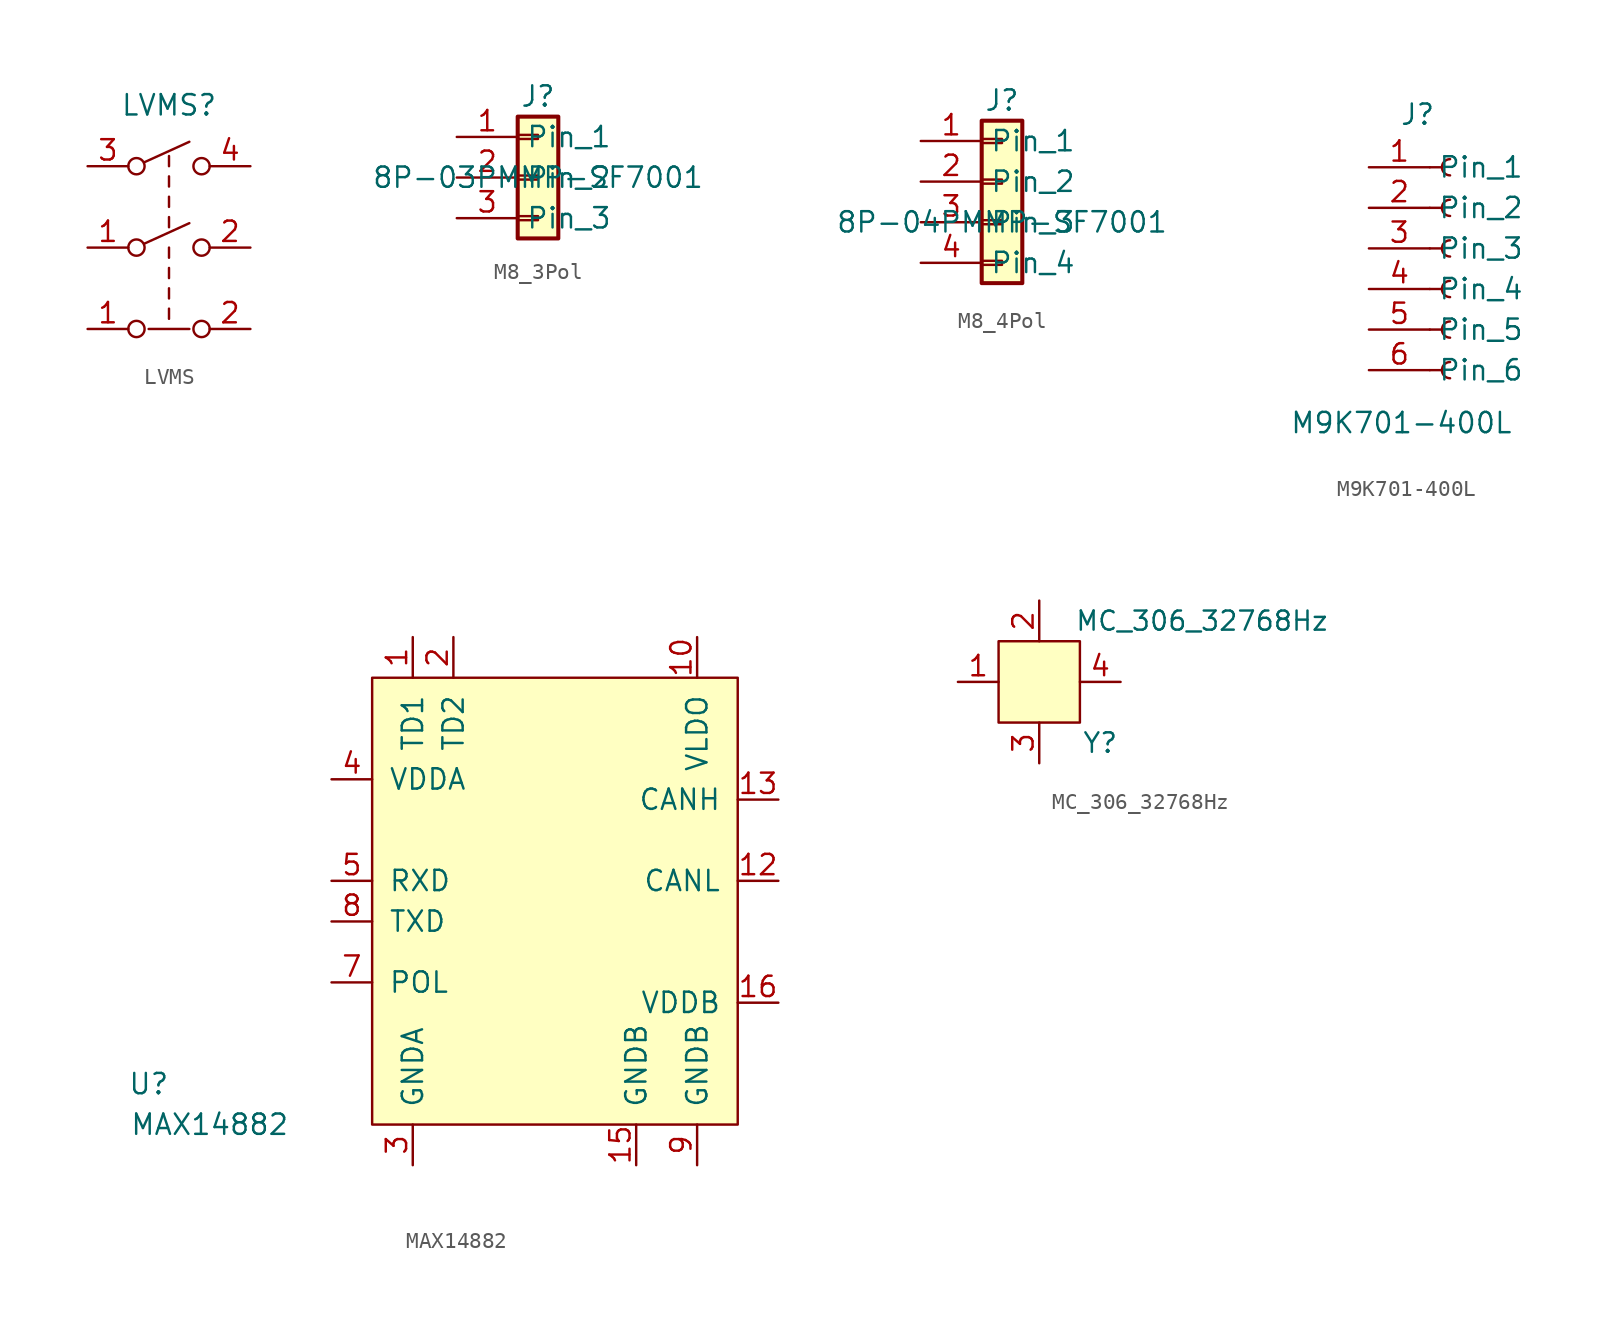
<source format=kicad_sym>
(kicad_symbol_lib
  (version 20231120)
  (generator "kicad_symbol_editor")
  (generator_version "8.0")
  (symbol "LVMS"
    (pin_names
      (offset 0) hide)
    (property "Reference" "LVMS"
      (at 0 6.35 0)
      (effects (font (size 1.27 1.27))))
    (symbol "LVMS_0_0"
      (circle (center -2.032 -7.62) (radius 0.508) (stroke (width 0) (type default)) (fill (type none)))
      (circle (center -2.032 -2.54) (radius 0.508) (stroke (width 0) (type default)) (fill (type none)))
      (circle (center -2.032 2.54) (radius 0.508) (stroke (width 0) (type default)) (fill (type none)))
      (polyline (pts (xy -1.524 -2.286) (xy 1.27 -1.016)) (stroke (width 0) (type default)) (fill (type none)))
      (polyline (pts (xy -1.524 2.794) (xy 1.27 4.064)) (stroke (width 0) (type default)) (fill (type none)))
      (polyline (pts (xy -1.27 -7.62) (xy 1.27 -7.62)) (stroke (width 0) (type default)) (fill (type none)))
      (polyline (pts (xy 0 -6.985) (xy 0 -6.35)) (stroke (width 0) (type default)) (fill (type none)))
      (polyline (pts (xy 0 -5.715) (xy 0 -5.08)) (stroke (width 0) (type default)) (fill (type none)))
      (polyline (pts (xy 0 -4.445) (xy 0 -3.81)) (stroke (width 0) (type default)) (fill (type none)))
      (polyline (pts (xy 0 -3.175) (xy 0 -2.54)) (stroke (width 0) (type default)) (fill (type none)))
      (polyline (pts (xy 0 -1.27) (xy 0 -0.635)) (stroke (width 0) (type default)) (fill (type none)))
      (polyline (pts (xy 0 0) (xy 0 0.635)) (stroke (width 0) (type default)) (fill (type none)))
      (polyline (pts (xy 0 1.27) (xy 0 1.905)) (stroke (width 0) (type default)) (fill (type none)))
      (polyline (pts (xy 0 2.54) (xy 0 3.175)) (stroke (width 0) (type default)) (fill (type none)))
      (circle (center 2.032 -7.62) (radius 0.508) (stroke (width 0) (type default)) (fill (type none)))
      (circle (center 2.032 -2.54) (radius 0.508) (stroke (width 0) (type default)) (fill (type none)))
      (circle (center 2.032 2.54) (radius 0.508) (stroke (width 0) (type default)) (fill (type none))))
    (symbol "LVMS_1_1"
      (pin passive line (at -5.08 -7.62 0) (length 2.54) (name "1" (effects (font (size 1.27 1.27)))) (number "1" (effects (font (size 1.27 1.27)))))
      (pin passive line (at -5.08 -2.54 0) (length 2.54) (name "1" (effects (font (size 1.27 1.27)))) (number "1" (effects (font (size 1.27 1.27)))))
      (pin passive line (at 5.08 -7.62 180) (length 2.54) (name "2" (effects (font (size 1.27 1.27)))) (number "2" (effects (font (size 1.27 1.27)))))
      (pin passive line (at 5.08 -2.54 180) (length 2.54) (name "2" (effects (font (size 1.27 1.27)))) (number "2" (effects (font (size 1.27 1.27)))))
      (pin passive line (at -5.08 2.54 0) (length 2.54) (name "3" (effects (font (size 1.27 1.27)))) (number "3" (effects (font (size 1.27 1.27)))))
      (pin passive line (at 5.08 2.54 180) (length 2.54) (name "4" (effects (font (size 1.27 1.27)))) (number "4" (effects (font (size 1.27 1.27)))))))
  (symbol "M8_3Pol"
    (property "Reference" "J"
      (at 0 5.08 0)
      (effects (font (size 1.27 1.27))))
    (property "Value" "8P-03PMMP-SF7001"
      (at 0 0 0)
      (effects (font (size 1.27 1.27))))
    (symbol "M8_3Pol_1_1"
      (rectangle (start -1.27 -2.413) (end 0 -2.667) (stroke (width 0.152) (type default)) (fill (type none)))
      (rectangle (start -1.27 0.127) (end 0 -0.127) (stroke (width 0.152) (type default)) (fill (type none)))
      (rectangle (start -1.27 2.667) (end 0 2.413) (stroke (width 0.152) (type default)) (fill (type none)))
      (rectangle (start -1.27 3.81) (end 1.27 -3.81) (stroke (width 0.254) (type default)) (fill (type background)))
      (pin passive line (at -5.08 2.54 0) (length 3.81) (name "Pin_1" (effects (font (size 1.27 1.27)))) (number "1" (effects (font (size 1.27 1.27)))))
      (pin passive line (at -5.08 0 0) (length 3.81) (name "Pin_2" (effects (font (size 1.27 1.27)))) (number "2" (effects (font (size 1.27 1.27)))))
      (pin passive line (at -5.08 -2.54 0) (length 3.81) (name "Pin_3" (effects (font (size 1.27 1.27)))) (number "3" (effects (font (size 1.27 1.27)))))))
  (symbol "M8_4Pol"
    (property "Reference" "J"
      (at 0 7.62 0)
      (effects (font (size 1.27 1.27))))
    (property "Value" "8P-04PMMP-SF7001"
      (at 0 0 0)
      (effects (font (size 1.27 1.27))))
    (symbol "M8_4Pol_1_1"
      (rectangle (start -1.27 -2.413) (end 0 -2.667) (stroke (width 0.152) (type default)) (fill (type none)))
      (rectangle (start -1.27 0.127) (end 0 -0.127) (stroke (width 0.152) (type default)) (fill (type none)))
      (rectangle (start -1.27 2.667) (end 0 2.413) (stroke (width 0.152) (type default)) (fill (type none)))
      (rectangle (start -1.27 5.207) (end 0 4.953) (stroke (width 0.152) (type default)) (fill (type none)))
      (rectangle (start -1.27 6.35) (end 1.27 -3.81) (stroke (width 0.254) (type default)) (fill (type background)))
      (pin passive line (at -5.08 5.08 0) (length 3.81) (name "Pin_1" (effects (font (size 1.27 1.27)))) (number "1" (effects (font (size 1.27 1.27)))))
      (pin passive line (at -5.08 2.54 0) (length 3.81) (name "Pin_2" (effects (font (size 1.27 1.27)))) (number "2" (effects (font (size 1.27 1.27)))))
      (pin passive line (at -5.08 0 0) (length 3.81) (name "Pin_3" (effects (font (size 1.27 1.27)))) (number "3" (effects (font (size 1.27 1.27)))))
      (pin passive line (at -5.08 -2.54 0) (length 3.81) (name "Pin_4" (effects (font (size 1.27 1.27)))) (number "4" (effects (font (size 1.27 1.27)))))))
  (symbol "M9K701-400L"
    (property "Reference" "J"
      (at 0 10.922 0)
      (effects (font (size 1.27 1.27))))
    (property "Value" "M9K701-400L"
      (at -1.016 -8.382 0)
      (effects (font (size 1.27 1.27))))
    (symbol "M9K701-400L_1_1"
      (polyline (pts (xy 0.762 -5.08) (xy 1.524 -5.08)) (stroke (width 0.152) (type default)) (fill (type none)))
      (polyline (pts (xy 0.762 -2.54) (xy 1.524 -2.54)) (stroke (width 0.152) (type default)) (fill (type none)))
      (polyline (pts (xy 0.762 0) (xy 1.524 0)) (stroke (width 0.152) (type default)) (fill (type none)))
      (polyline (pts (xy 0.762 2.54) (xy 1.524 2.54)) (stroke (width 0.152) (type default)) (fill (type none)))
      (polyline (pts (xy 0.762 5.08) (xy 1.524 5.08)) (stroke (width 0.152) (type default)) (fill (type none)))
      (polyline (pts (xy 0.762 7.62) (xy 1.524 7.62)) (stroke (width 0.152) (type default)) (fill (type none)))
      (arc (start 2.032 -4.572) (mid 1.5262 -5.08) (end 2.032 -5.588) (stroke (width 0.1524) (type default)) (fill (type none)))
      (arc (start 2.032 -2.032) (mid 1.5262 -2.54) (end 2.032 -3.048) (stroke (width 0.1524) (type default)) (fill (type none)))
      (arc (start 2.032 0.508) (mid 1.5262 0) (end 2.032 -0.508) (stroke (width 0.1524) (type default)) (fill (type none)))
      (arc (start 2.032 3.048) (mid 1.5262 2.54) (end 2.032 2.032) (stroke (width 0.1524) (type default)) (fill (type none)))
      (arc (start 2.032 5.588) (mid 1.5262 5.08) (end 2.032 4.572) (stroke (width 0.1524) (type default)) (fill (type none)))
      (arc (start 2.032 8.128) (mid 1.5262 7.62) (end 2.032 7.112) (stroke (width 0.1524) (type default)) (fill (type none)))
      (pin passive line (at -3.048 7.62 0) (length 3.81) (name "Pin_1" (effects (font (size 1.27 1.27)))) (number "1" (effects (font (size 1.27 1.27)))))
      (pin passive line (at -3.048 5.08 0) (length 3.81) (name "Pin_2" (effects (font (size 1.27 1.27)))) (number "2" (effects (font (size 1.27 1.27)))))
      (pin passive line (at -3.048 2.54 0) (length 3.81) (name "Pin_3" (effects (font (size 1.27 1.27)))) (number "3" (effects (font (size 1.27 1.27)))))
      (pin passive line (at -3.048 0 0) (length 3.81) (name "Pin_4" (effects (font (size 1.27 1.27)))) (number "4" (effects (font (size 1.27 1.27)))))
      (pin passive line (at -3.048 -2.54 0) (length 3.81) (name "Pin_5" (effects (font (size 1.27 1.27)))) (number "5" (effects (font (size 1.27 1.27)))))
      (pin passive line (at -3.048 -5.08 0) (length 3.81) (name "Pin_6" (effects (font (size 1.27 1.27)))) (number "6" (effects (font (size 1.27 1.27)))))))
  (symbol "MAX14882"
    (pin_names
      (offset 1.016))
    (property "Reference" "U"
      (at -25.4 -11.43 0)
      (effects (font (size 1.27 1.27))))
    (property "Value" "MAX14882"
      (at -21.59 -13.97 0)
      (effects (font (size 1.27 1.27))))
    (symbol "MAX14882_0_1"
      (rectangle (start -11.43 13.97) (end 11.43 -13.97) (stroke (width 0) (type default)) (fill (type background))))
    (symbol "MAX14882_1_1"
      (pin input line (at -8.89 16.51 270) (length 2.54) (name "TD1" (effects (font (size 1.27 1.27)))) (number "1" (effects (font (size 1.27 1.27)))))
      (pin input line (at 8.89 16.51 270) (length 2.54) (name "VLDO" (effects (font (size 1.27 1.27)))) (number "10" (effects (font (size 1.27 1.27)))))
      (pin input line (at 0 0 90) (length 2.54) hide (name "IC" (effects (font (size 1.27 1.27)))) (number "11" (effects (font (size 1.27 1.27)))))
      (pin input line (at 13.97 1.27 180) (length 2.54) (name "CANL" (effects (font (size 1.27 1.27)))) (number "12" (effects (font (size 1.27 1.27)))))
      (pin input line (at 13.97 6.35 180) (length 2.54) (name "CANH" (effects (font (size 1.27 1.27)))) (number "13" (effects (font (size 1.27 1.27)))))
      (pin input line (at -2.54 0 90) (length 2.54) hide (name "IC" (effects (font (size 1.27 1.27)))) (number "14" (effects (font (size 1.27 1.27)))))
      (pin input line (at 5.08 -16.51 90) (length 2.54) (name "GNDB" (effects (font (size 1.27 1.27)))) (number "15" (effects (font (size 1.27 1.27)))))
      (pin input line (at 13.97 -6.35 180) (length 2.54) (name "VDDB" (effects (font (size 1.27 1.27)))) (number "16" (effects (font (size 1.27 1.27)))))
      (pin input line (at -6.35 16.51 270) (length 2.54) (name "TD2" (effects (font (size 1.27 1.27)))) (number "2" (effects (font (size 1.27 1.27)))))
      (pin input line (at -8.89 -16.51 90) (length 2.54) (name "GNDA" (effects (font (size 1.27 1.27)))) (number "3" (effects (font (size 1.27 1.27)))))
      (pin power_in line (at -13.97 7.62 0) (length 2.54) (name "VDDA" (effects (font (size 1.27 1.27)))) (number "4" (effects (font (size 1.27 1.27)))))
      (pin output line (at -13.97 1.27 0) (length 2.54) (name "RXD" (effects (font (size 1.27 1.27)))) (number "5" (effects (font (size 1.27 1.27)))))
      (pin input line (at 2.54 0 90) (length 2.54) hide (name "NC" (effects (font (size 1.27 1.27)))) (number "6" (effects (font (size 1.27 1.27)))))
      (pin input line (at -13.97 -5.08 0) (length 2.54) (name "POL" (effects (font (size 1.27 1.27)))) (number "7" (effects (font (size 1.27 1.27)))))
      (pin input line (at -13.97 -1.27 0) (length 2.54) (name "TXD" (effects (font (size 1.27 1.27)))) (number "8" (effects (font (size 1.27 1.27)))))
      (pin input line (at 8.89 -16.51 90) (length 2.54) (name "GNDB" (effects (font (size 1.27 1.27)))) (number "9" (effects (font (size 1.27 1.27)))))))
  (symbol "MC_306_32768Hz"
    (pin_names
      (offset 1.016))
    (property "Reference" "Y"
      (at 3.81 -3.81 0)
      (effects (font (size 1.219 1.219))))
    (property "Value" "MC_306_32768Hz"
      (at 10.16 3.81 0)
      (effects (font (size 1.194 1.194))))
    (symbol "MC_306_32768Hz_0_1"
      (rectangle (start -2.54 2.54) (end 2.54 -2.54) (stroke (width 0) (type default)) (fill (type background))))
    (symbol "MC_306_32768Hz_1_1"
      (pin bidirectional line (at -5.08 0 0) (length 2.54) (name "~" (effects (font (size 1.27 1.27)))) (number "1" (effects (font (size 1.27 1.27)))))
      (pin bidirectional line (at 0 5.08 270) (length 2.54) (name "~" (effects (font (size 1.27 1.27)))) (number "2" (effects (font (size 1.27 1.27)))))
      (pin bidirectional line (at 0 -5.08 90) (length 2.54) (name "~" (effects (font (size 1.27 1.27)))) (number "3" (effects (font (size 1.27 1.27)))))
      (pin bidirectional line (at 5.08 0 180) (length 2.54) (name "~" (effects (font (size 1.27 1.27)))) (number "4" (effects (font (size 1.27 1.27))))))))
</source>
